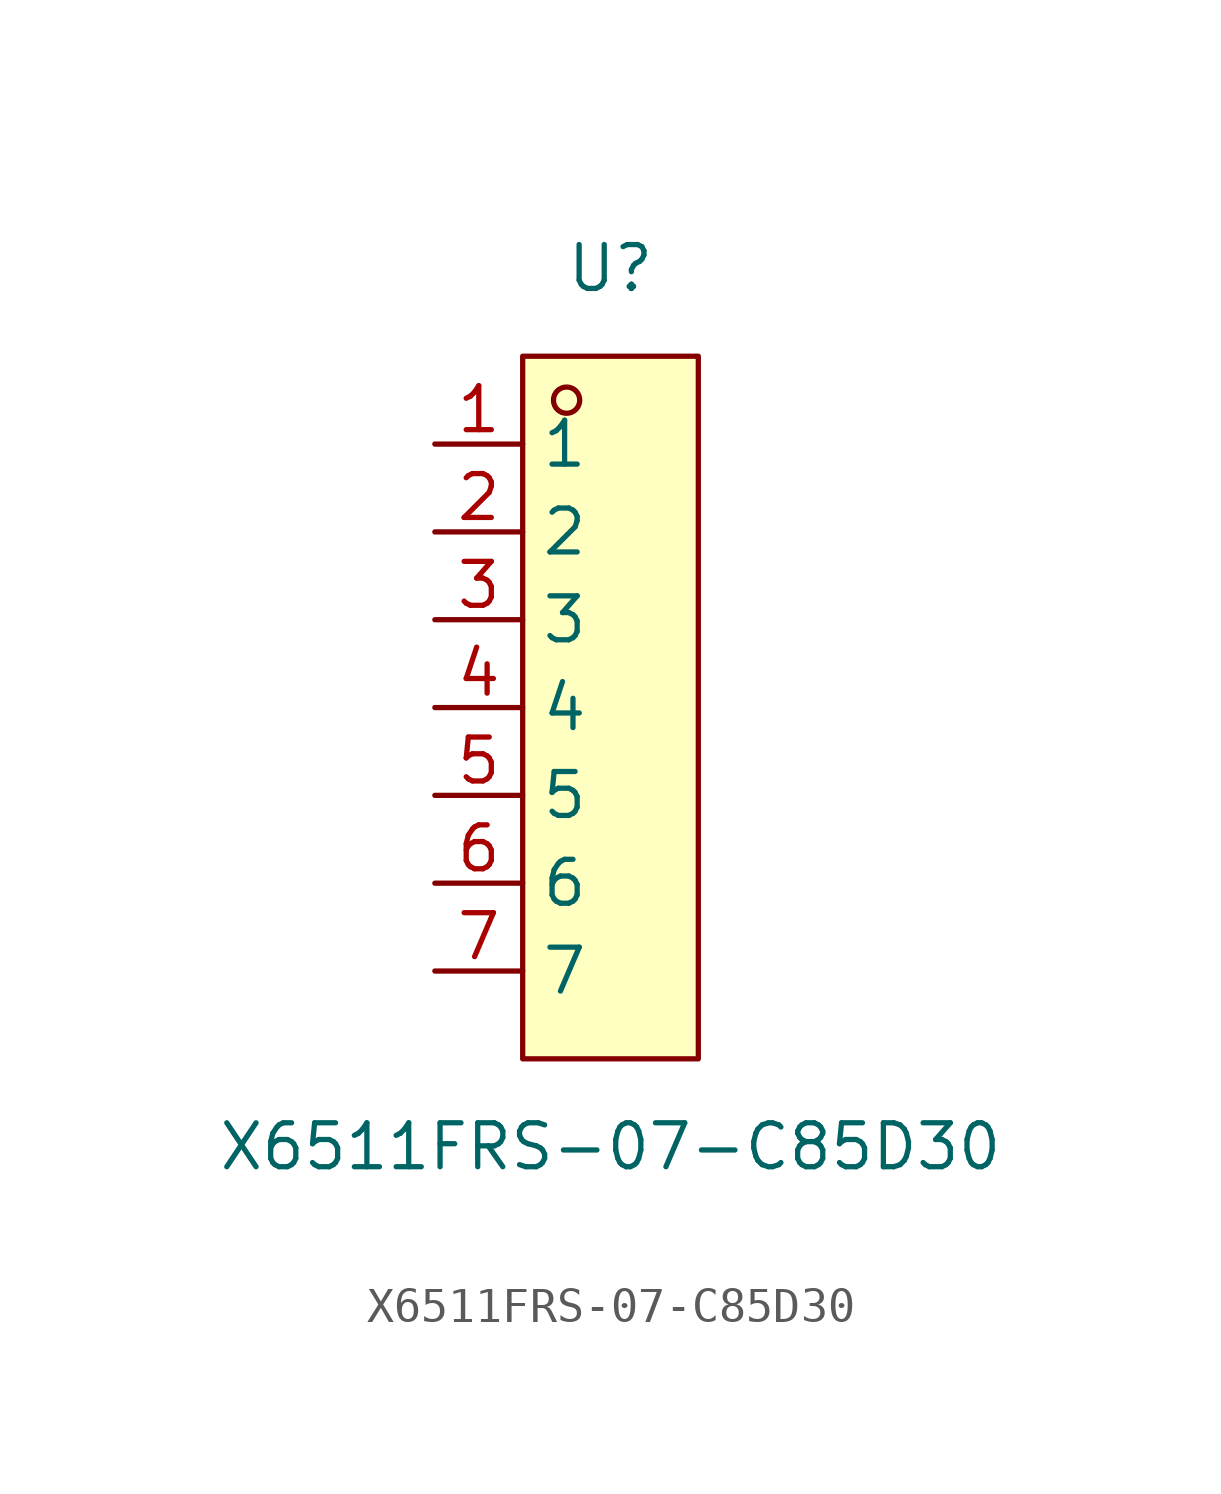
<source format=kicad_sym>
(kicad_symbol_lib
  (version 20211014)
  (generator https://github.com/uPesy/easyeda2kicad.py)
  (symbol "X6511FRS-07-C85D30"
    (property "Reference" "U"
      (at 0 12.70 0)
      (effects (font (size 1.27 1.27))))
    (property "Value" "X6511FRS-07-C85D30"
      (at 0 -12.70 0)
      (effects (font (size 1.27 1.27))))
    (symbol "X6511FRS-07-C85D30_0_1"
      (rectangle (start -2.54 10.16) (end 2.54 -10.16) (stroke (width 0) (type default) (color 0 0 0 0)) (fill (type background)))
      (circle (center -1.27 8.89) (radius 0.38) (stroke (width 0) (type default) (color 0 0 0 0)) (fill (type none)))
      (pin unspecified line (at -5.08 7.62 0) (length 2.54) (name "1" (effects (font (size 1.27 1.27)))) (number "1" (effects (font (size 1.27 1.27)))))
      (pin unspecified line (at -5.08 5.08 0) (length 2.54) (name "2" (effects (font (size 1.27 1.27)))) (number "2" (effects (font (size 1.27 1.27)))))
      (pin unspecified line (at -5.08 2.54 0) (length 2.54) (name "3" (effects (font (size 1.27 1.27)))) (number "3" (effects (font (size 1.27 1.27)))))
      (pin unspecified line (at -5.08 -0.00 0) (length 2.54) (name "4" (effects (font (size 1.27 1.27)))) (number "4" (effects (font (size 1.27 1.27)))))
      (pin unspecified line (at -5.08 -2.54 0) (length 2.54) (name "5" (effects (font (size 1.27 1.27)))) (number "5" (effects (font (size 1.27 1.27)))))
      (pin unspecified line (at -5.08 -5.08 0) (length 2.54) (name "6" (effects (font (size 1.27 1.27)))) (number "6" (effects (font (size 1.27 1.27)))))
      (pin unspecified line (at -5.08 -7.62 0) (length 2.54) (name "7" (effects (font (size 1.27 1.27)))) (number "7" (effects (font (size 1.27 1.27))))))))
</source>
